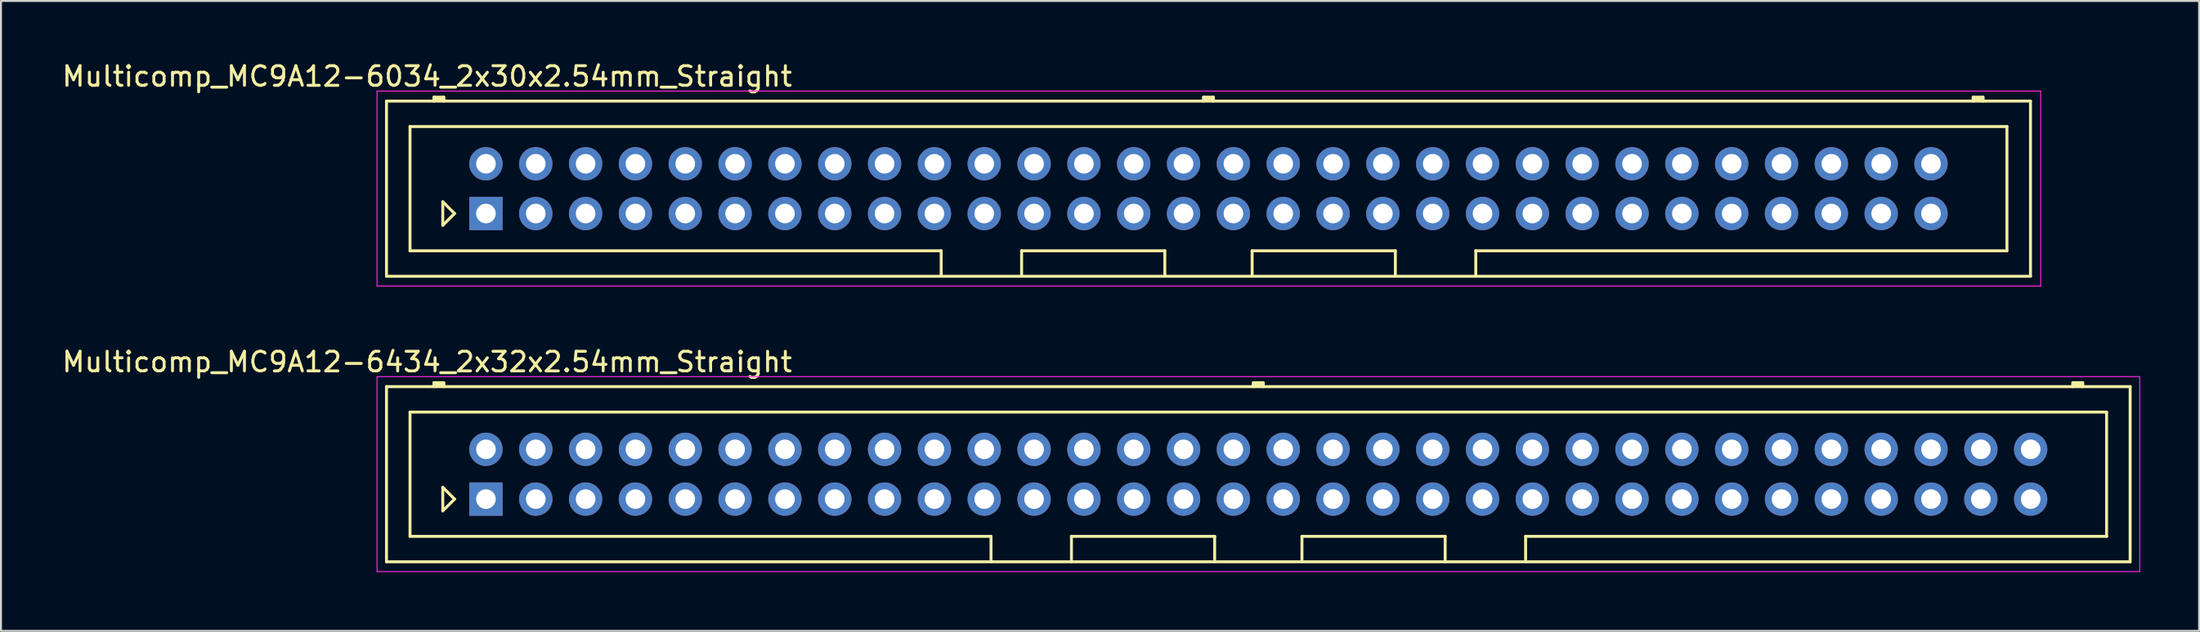
<source format=kicad_pcb>
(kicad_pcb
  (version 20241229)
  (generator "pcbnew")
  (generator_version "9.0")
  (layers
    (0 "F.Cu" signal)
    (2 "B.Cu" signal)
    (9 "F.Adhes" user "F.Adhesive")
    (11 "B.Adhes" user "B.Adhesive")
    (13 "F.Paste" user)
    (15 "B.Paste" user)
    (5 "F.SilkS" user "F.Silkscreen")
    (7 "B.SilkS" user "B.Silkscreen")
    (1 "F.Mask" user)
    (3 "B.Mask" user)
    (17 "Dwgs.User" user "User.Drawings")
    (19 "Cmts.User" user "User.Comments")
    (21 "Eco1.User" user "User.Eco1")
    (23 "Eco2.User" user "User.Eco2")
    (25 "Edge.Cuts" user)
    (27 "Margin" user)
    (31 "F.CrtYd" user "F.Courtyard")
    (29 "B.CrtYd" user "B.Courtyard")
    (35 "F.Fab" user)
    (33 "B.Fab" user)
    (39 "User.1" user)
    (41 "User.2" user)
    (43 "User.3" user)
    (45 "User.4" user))
  (footprint "Multicomp_MC9A12-6034_2x30x2.54mm_Straight"
    (layer "F.Cu")
    (at 21.72 7.848)
    (property "Reference" "Multicomp_MC9A12-6034_2x30x2.54mm_Straight" (at -3 -7 0) (layer "F.SilkS") (effects (font (size 1 1) (thickness 0.15))))
    (attr through_hole)
    (fp_line (start -5.07 -5.74) (end 78.73 -5.74) (stroke (width 0.15) (type solid)) (layer "F.SilkS"))
    (fp_line (start -5.07 3.2) (end -5.07 -5.74) (stroke (width 0.15) (type solid)) (layer "F.SilkS"))
    (fp_line (start -3.87 -4.44) (end 77.53 -4.44) (stroke (width 0.15) (type solid)) (layer "F.SilkS"))
    (fp_line (start -3.87 1.9) (end -3.87 -4.44) (stroke (width 0.15) (type solid)) (layer "F.SilkS"))
    (fp_line (start -2.65 -5.94) (end -2.15 -5.94) (stroke (width 0.15) (type solid)) (layer "F.SilkS"))
    (fp_line (start -2.65 -5.84) (end -2.15 -5.84) (stroke (width 0.15) (type solid)) (layer "F.SilkS"))
    (fp_line (start -2.65 -5.74) (end -2.65 -5.94) (stroke (width 0.15) (type solid)) (layer "F.SilkS"))
    (fp_line (start -2.2 -0.6) (end -1.6 0) (stroke (width 0.15) (type solid)) (layer "F.SilkS"))
    (fp_line (start -2.2 0.6) (end -2.2 -0.6) (stroke (width 0.15) (type solid)) (layer "F.SilkS"))
    (fp_line (start -2.15 -5.94) (end -2.15 -5.74) (stroke (width 0.15) (type solid)) (layer "F.SilkS"))
    (fp_line (start -1.6 0) (end -2.2 0.6) (stroke (width 0.15) (type solid)) (layer "F.SilkS"))
    (fp_line (start 23.205 1.9) (end -3.87 1.9) (stroke (width 0.15) (type solid)) (layer "F.SilkS"))
    (fp_line (start 23.205 3.2) (end 23.205 1.9) (stroke (width 0.15) (type solid)) (layer "F.SilkS"))
    (fp_line (start 27.305 1.9) (end 34.605 1.9) (stroke (width 0.15) (type solid)) (layer "F.SilkS"))
    (fp_line (start 27.305 3.2) (end 27.305 1.9) (stroke (width 0.15) (type solid)) (layer "F.SilkS"))
    (fp_line (start 34.605 1.9) (end 34.605 3.2) (stroke (width 0.15) (type solid)) (layer "F.SilkS"))
    (fp_line (start 36.58 -5.94) (end 37.08 -5.94) (stroke (width 0.15) (type solid)) (layer "F.SilkS"))
    (fp_line (start 36.58 -5.84) (end 37.08 -5.84) (stroke (width 0.15) (type solid)) (layer "F.SilkS"))
    (fp_line (start 36.58 -5.74) (end 36.58 -5.94) (stroke (width 0.15) (type solid)) (layer "F.SilkS"))
    (fp_line (start 37.08 -5.94) (end 37.08 -5.74) (stroke (width 0.15) (type solid)) (layer "F.SilkS"))
    (fp_line (start 39.055 1.9) (end 39.055 3.2) (stroke (width 0.15) (type solid)) (layer "F.SilkS"))
    (fp_line (start 46.355 1.9) (end 39.055 1.9) (stroke (width 0.15) (type solid)) (layer "F.SilkS"))
    (fp_line (start 46.355 3.2) (end 46.355 1.9) (stroke (width 0.15) (type solid)) (layer "F.SilkS"))
    (fp_line (start 50.455 1.9) (end 50.455 3.2) (stroke (width 0.15) (type solid)) (layer "F.SilkS"))
    (fp_line (start 75.81 -5.94) (end 76.31 -5.94) (stroke (width 0.15) (type solid)) (layer "F.SilkS"))
    (fp_line (start 75.81 -5.84) (end 76.31 -5.84) (stroke (width 0.15) (type solid)) (layer "F.SilkS"))
    (fp_line (start 75.81 -5.74) (end 75.81 -5.94) (stroke (width 0.15) (type solid)) (layer "F.SilkS"))
    (fp_line (start 76.31 -5.94) (end 76.31 -5.74) (stroke (width 0.15) (type solid)) (layer "F.SilkS"))
    (fp_line (start 77.53 -4.44) (end 77.53 1.9) (stroke (width 0.15) (type solid)) (layer "F.SilkS"))
    (fp_line (start 77.53 1.9) (end 50.455 1.9) (stroke (width 0.15) (type solid)) (layer "F.SilkS"))
    (fp_line (start 78.73 -5.74) (end 78.73 3.2) (stroke (width 0.15) (type solid)) (layer "F.SilkS"))
    (fp_line (start 78.73 3.2) (end -5.07 3.2) (stroke (width 0.15) (type solid)) (layer "F.SilkS"))
    (fp_line (start -5.55 -6.25) (end 79.25 -6.25) (stroke (width 0.05) (type solid)) (layer "F.CrtYd"))
    (fp_line (start -5.55 3.7) (end -5.55 -6.25) (stroke (width 0.05) (type solid)) (layer "F.CrtYd"))
    (fp_line (start 79.25 -6.25) (end 79.25 3.7) (stroke (width 0.05) (type solid)) (layer "F.CrtYd"))
    (fp_line (start 79.25 3.7) (end -5.55 3.7) (stroke (width 0.05) (type solid)) (layer "F.CrtYd"))
    (pad "1" thru_hole rect (at 0 0) (size 1.7 1.7) (drill 1) (layers "*.Cu" "*.Mask"))
    (pad "2" thru_hole circle (at 0 -2.54) (size 1.7 1.7) (drill 1) (layers "*.Cu" "*.Mask"))
    (pad "3" thru_hole circle (at 2.54 0) (size 1.7 1.7) (drill 1) (layers "*.Cu" "*.Mask"))
    (pad "4" thru_hole circle (at 2.54 -2.54) (size 1.7 1.7) (drill 1) (layers "*.Cu" "*.Mask"))
    (pad "5" thru_hole circle (at 5.08 0) (size 1.7 1.7) (drill 1) (layers "*.Cu" "*.Mask"))
    (pad "6" thru_hole circle (at 5.08 -2.54) (size 1.7 1.7) (drill 1) (layers "*.Cu" "*.Mask"))
    (pad "7" thru_hole circle (at 7.62 0) (size 1.7 1.7) (drill 1) (layers "*.Cu" "*.Mask"))
    (pad "8" thru_hole circle (at 7.62 -2.54) (size 1.7 1.7) (drill 1) (layers "*.Cu" "*.Mask"))
    (pad "9" thru_hole circle (at 10.16 0) (size 1.7 1.7) (drill 1) (layers "*.Cu" "*.Mask"))
    (pad "10" thru_hole circle (at 10.16 -2.54) (size 1.7 1.7) (drill 1) (layers "*.Cu" "*.Mask"))
    (pad "11" thru_hole circle (at 12.7 0) (size 1.7 1.7) (drill 1) (layers "*.Cu" "*.Mask"))
    (pad "12" thru_hole circle (at 12.7 -2.54) (size 1.7 1.7) (drill 1) (layers "*.Cu" "*.Mask"))
    (pad "13" thru_hole circle (at 15.24 0) (size 1.7 1.7) (drill 1) (layers "*.Cu" "*.Mask"))
    (pad "14" thru_hole circle (at 15.24 -2.54) (size 1.7 1.7) (drill 1) (layers "*.Cu" "*.Mask"))
    (pad "15" thru_hole circle (at 17.78 0) (size 1.7 1.7) (drill 1) (layers "*.Cu" "*.Mask"))
    (pad "16" thru_hole circle (at 17.78 -2.54) (size 1.7 1.7) (drill 1) (layers "*.Cu" "*.Mask"))
    (pad "17" thru_hole circle (at 20.32 0) (size 1.7 1.7) (drill 1) (layers "*.Cu" "*.Mask"))
    (pad "18" thru_hole circle (at 20.32 -2.54) (size 1.7 1.7) (drill 1) (layers "*.Cu" "*.Mask"))
    (pad "19" thru_hole circle (at 22.86 0) (size 1.7 1.7) (drill 1) (layers "*.Cu" "*.Mask"))
    (pad "20" thru_hole circle (at 22.86 -2.54) (size 1.7 1.7) (drill 1) (layers "*.Cu" "*.Mask"))
    (pad "21" thru_hole circle (at 25.4 0) (size 1.7 1.7) (drill 1) (layers "*.Cu" "*.Mask"))
    (pad "22" thru_hole circle (at 25.4 -2.54) (size 1.7 1.7) (drill 1) (layers "*.Cu" "*.Mask"))
    (pad "23" thru_hole circle (at 27.94 0) (size 1.7 1.7) (drill 1) (layers "*.Cu" "*.Mask"))
    (pad "24" thru_hole circle (at 27.94 -2.54) (size 1.7 1.7) (drill 1) (layers "*.Cu" "*.Mask"))
    (pad "25" thru_hole circle (at 30.48 0) (size 1.7 1.7) (drill 1) (layers "*.Cu" "*.Mask"))
    (pad "26" thru_hole circle (at 30.48 -2.54) (size 1.7 1.7) (drill 1) (layers "*.Cu" "*.Mask"))
    (pad "27" thru_hole circle (at 33.02 0) (size 1.7 1.7) (drill 1) (layers "*.Cu" "*.Mask"))
    (pad "28" thru_hole circle (at 33.02 -2.54) (size 1.7 1.7) (drill 1) (layers "*.Cu" "*.Mask"))
    (pad "29" thru_hole circle (at 35.56 0) (size 1.7 1.7) (drill 1) (layers "*.Cu" "*.Mask"))
    (pad "30" thru_hole circle (at 35.56 -2.54) (size 1.7 1.7) (drill 1) (layers "*.Cu" "*.Mask"))
    (pad "31" thru_hole circle (at 38.1 0) (size 1.7 1.7) (drill 1) (layers "*.Cu" "*.Mask"))
    (pad "32" thru_hole circle (at 38.1 -2.54) (size 1.7 1.7) (drill 1) (layers "*.Cu" "*.Mask"))
    (pad "33" thru_hole circle (at 40.64 0) (size 1.7 1.7) (drill 1) (layers "*.Cu" "*.Mask"))
    (pad "34" thru_hole circle (at 40.64 -2.54) (size 1.7 1.7) (drill 1) (layers "*.Cu" "*.Mask"))
    (pad "35" thru_hole circle (at 43.18 0) (size 1.7 1.7) (drill 1) (layers "*.Cu" "*.Mask"))
    (pad "36" thru_hole circle (at 43.18 -2.54) (size 1.7 1.7) (drill 1) (layers "*.Cu" "*.Mask"))
    (pad "37" thru_hole circle (at 45.72 0) (size 1.7 1.7) (drill 1) (layers "*.Cu" "*.Mask"))
    (pad "38" thru_hole circle (at 45.72 -2.54) (size 1.7 1.7) (drill 1) (layers "*.Cu" "*.Mask"))
    (pad "39" thru_hole circle (at 48.26 0) (size 1.7 1.7) (drill 1) (layers "*.Cu" "*.Mask"))
    (pad "40" thru_hole circle (at 48.26 -2.54) (size 1.7 1.7) (drill 1) (layers "*.Cu" "*.Mask"))
    (pad "41" thru_hole circle (at 50.8 0) (size 1.7 1.7) (drill 1) (layers "*.Cu" "*.Mask"))
    (pad "42" thru_hole circle (at 50.8 -2.54) (size 1.7 1.7) (drill 1) (layers "*.Cu" "*.Mask"))
    (pad "43" thru_hole circle (at 53.34 0) (size 1.7 1.7) (drill 1) (layers "*.Cu" "*.Mask"))
    (pad "44" thru_hole circle (at 53.34 -2.54) (size 1.7 1.7) (drill 1) (layers "*.Cu" "*.Mask"))
    (pad "45" thru_hole circle (at 55.88 0) (size 1.7 1.7) (drill 1) (layers "*.Cu" "*.Mask"))
    (pad "46" thru_hole circle (at 55.88 -2.54) (size 1.7 1.7) (drill 1) (layers "*.Cu" "*.Mask"))
    (pad "47" thru_hole circle (at 58.42 0) (size 1.7 1.7) (drill 1) (layers "*.Cu" "*.Mask"))
    (pad "48" thru_hole circle (at 58.42 -2.54) (size 1.7 1.7) (drill 1) (layers "*.Cu" "*.Mask"))
    (pad "49" thru_hole circle (at 60.96 0) (size 1.7 1.7) (drill 1) (layers "*.Cu" "*.Mask"))
    (pad "50" thru_hole circle (at 60.96 -2.54) (size 1.7 1.7) (drill 1) (layers "*.Cu" "*.Mask"))
    (pad "51" thru_hole circle (at 63.5 0) (size 1.7 1.7) (drill 1) (layers "*.Cu" "*.Mask"))
    (pad "52" thru_hole circle (at 63.5 -2.54) (size 1.7 1.7) (drill 1) (layers "*.Cu" "*.Mask"))
    (pad "53" thru_hole circle (at 66.04 0) (size 1.7 1.7) (drill 1) (layers "*.Cu" "*.Mask"))
    (pad "54" thru_hole circle (at 66.04 -2.54) (size 1.7 1.7) (drill 1) (layers "*.Cu" "*.Mask"))
    (pad "55" thru_hole circle (at 68.58 0) (size 1.7 1.7) (drill 1) (layers "*.Cu" "*.Mask"))
    (pad "56" thru_hole circle (at 68.58 -2.54) (size 1.7 1.7) (drill 1) (layers "*.Cu" "*.Mask"))
    (pad "57" thru_hole circle (at 71.12 0) (size 1.7 1.7) (drill 1) (layers "*.Cu" "*.Mask"))
    (pad "58" thru_hole circle (at 71.12 -2.54) (size 1.7 1.7) (drill 1) (layers "*.Cu" "*.Mask"))
    (pad "59" thru_hole circle (at 73.66 0) (size 1.7 1.7) (drill 1) (layers "*.Cu" "*.Mask"))
    (pad "60" thru_hole circle (at 73.66 -2.54) (size 1.7 1.7) (drill 1) (layers "*.Cu" "*.Mask")))
  (footprint "Multicomp_MC9A12-6434_2x32x2.54mm_Straight"
    (layer "F.Cu")
    (at 21.72 22.422)
    (property "Reference" "Multicomp_MC9A12-6434_2x32x2.54mm_Straight" (at -3 -7 0) (layer "F.SilkS") (effects (font (size 1 1) (thickness 0.15))))
    (attr through_hole)
    (fp_line (start -5.07 -5.74) (end 83.81 -5.74) (stroke (width 0.15) (type solid)) (layer "F.SilkS"))
    (fp_line (start -5.07 3.2) (end -5.07 -5.74) (stroke (width 0.15) (type solid)) (layer "F.SilkS"))
    (fp_line (start -3.87 -4.44) (end 82.61 -4.44) (stroke (width 0.15) (type solid)) (layer "F.SilkS"))
    (fp_line (start -3.87 1.9) (end -3.87 -4.44) (stroke (width 0.15) (type solid)) (layer "F.SilkS"))
    (fp_line (start -2.65 -5.94) (end -2.15 -5.94) (stroke (width 0.15) (type solid)) (layer "F.SilkS"))
    (fp_line (start -2.65 -5.84) (end -2.15 -5.84) (stroke (width 0.15) (type solid)) (layer "F.SilkS"))
    (fp_line (start -2.65 -5.74) (end -2.65 -5.94) (stroke (width 0.15) (type solid)) (layer "F.SilkS"))
    (fp_line (start -2.2 -0.6) (end -1.6 0) (stroke (width 0.15) (type solid)) (layer "F.SilkS"))
    (fp_line (start -2.2 0.6) (end -2.2 -0.6) (stroke (width 0.15) (type solid)) (layer "F.SilkS"))
    (fp_line (start -2.15 -5.94) (end -2.15 -5.74) (stroke (width 0.15) (type solid)) (layer "F.SilkS"))
    (fp_line (start -1.6 0) (end -2.2 0.6) (stroke (width 0.15) (type solid)) (layer "F.SilkS"))
    (fp_line (start 25.745 1.9) (end -3.87 1.9) (stroke (width 0.15) (type solid)) (layer "F.SilkS"))
    (fp_line (start 25.745 3.2) (end 25.745 1.9) (stroke (width 0.15) (type solid)) (layer "F.SilkS"))
    (fp_line (start 29.845 1.9) (end 37.145 1.9) (stroke (width 0.15) (type solid)) (layer "F.SilkS"))
    (fp_line (start 29.845 3.2) (end 29.845 1.9) (stroke (width 0.15) (type solid)) (layer "F.SilkS"))
    (fp_line (start 37.145 1.9) (end 37.145 3.2) (stroke (width 0.15) (type solid)) (layer "F.SilkS"))
    (fp_line (start 39.12 -5.94) (end 39.62 -5.94) (stroke (width 0.15) (type solid)) (layer "F.SilkS"))
    (fp_line (start 39.12 -5.84) (end 39.62 -5.84) (stroke (width 0.15) (type solid)) (layer "F.SilkS"))
    (fp_line (start 39.12 -5.74) (end 39.12 -5.94) (stroke (width 0.15) (type solid)) (layer "F.SilkS"))
    (fp_line (start 39.62 -5.94) (end 39.62 -5.74) (stroke (width 0.15) (type solid)) (layer "F.SilkS"))
    (fp_line (start 41.595 1.9) (end 41.595 3.2) (stroke (width 0.15) (type solid)) (layer "F.SilkS"))
    (fp_line (start 48.895 1.9) (end 41.595 1.9) (stroke (width 0.15) (type solid)) (layer "F.SilkS"))
    (fp_line (start 48.895 3.2) (end 48.895 1.9) (stroke (width 0.15) (type solid)) (layer "F.SilkS"))
    (fp_line (start 52.995 1.9) (end 52.995 3.2) (stroke (width 0.15) (type solid)) (layer "F.SilkS"))
    (fp_line (start 80.89 -5.94) (end 81.39 -5.94) (stroke (width 0.15) (type solid)) (layer "F.SilkS"))
    (fp_line (start 80.89 -5.84) (end 81.39 -5.84) (stroke (width 0.15) (type solid)) (layer "F.SilkS"))
    (fp_line (start 80.89 -5.74) (end 80.89 -5.94) (stroke (width 0.15) (type solid)) (layer "F.SilkS"))
    (fp_line (start 81.39 -5.94) (end 81.39 -5.74) (stroke (width 0.15) (type solid)) (layer "F.SilkS"))
    (fp_line (start 82.61 -4.44) (end 82.61 1.9) (stroke (width 0.15) (type solid)) (layer "F.SilkS"))
    (fp_line (start 82.61 1.9) (end 52.995 1.9) (stroke (width 0.15) (type solid)) (layer "F.SilkS"))
    (fp_line (start 83.81 -5.74) (end 83.81 3.2) (stroke (width 0.15) (type solid)) (layer "F.SilkS"))
    (fp_line (start 83.81 3.2) (end -5.07 3.2) (stroke (width 0.15) (type solid)) (layer "F.SilkS"))
    (fp_line (start -5.55 -6.25) (end 84.3 -6.25) (stroke (width 0.05) (type solid)) (layer "F.CrtYd"))
    (fp_line (start -5.55 3.7) (end -5.55 -6.25) (stroke (width 0.05) (type solid)) (layer "F.CrtYd"))
    (fp_line (start 84.3 -6.25) (end 84.3 3.7) (stroke (width 0.05) (type solid)) (layer "F.CrtYd"))
    (fp_line (start 84.3 3.7) (end -5.55 3.7) (stroke (width 0.05) (type solid)) (layer "F.CrtYd"))
    (pad "1" thru_hole rect (at 0 0) (size 1.7 1.7) (drill 1) (layers "*.Cu" "*.Mask"))
    (pad "2" thru_hole circle (at 0 -2.54) (size 1.7 1.7) (drill 1) (layers "*.Cu" "*.Mask"))
    (pad "3" thru_hole circle (at 2.54 0) (size 1.7 1.7) (drill 1) (layers "*.Cu" "*.Mask"))
    (pad "4" thru_hole circle (at 2.54 -2.54) (size 1.7 1.7) (drill 1) (layers "*.Cu" "*.Mask"))
    (pad "5" thru_hole circle (at 5.08 0) (size 1.7 1.7) (drill 1) (layers "*.Cu" "*.Mask"))
    (pad "6" thru_hole circle (at 5.08 -2.54) (size 1.7 1.7) (drill 1) (layers "*.Cu" "*.Mask"))
    (pad "7" thru_hole circle (at 7.62 0) (size 1.7 1.7) (drill 1) (layers "*.Cu" "*.Mask"))
    (pad "8" thru_hole circle (at 7.62 -2.54) (size 1.7 1.7) (drill 1) (layers "*.Cu" "*.Mask"))
    (pad "9" thru_hole circle (at 10.16 0) (size 1.7 1.7) (drill 1) (layers "*.Cu" "*.Mask"))
    (pad "10" thru_hole circle (at 10.16 -2.54) (size 1.7 1.7) (drill 1) (layers "*.Cu" "*.Mask"))
    (pad "11" thru_hole circle (at 12.7 0) (size 1.7 1.7) (drill 1) (layers "*.Cu" "*.Mask"))
    (pad "12" thru_hole circle (at 12.7 -2.54) (size 1.7 1.7) (drill 1) (layers "*.Cu" "*.Mask"))
    (pad "13" thru_hole circle (at 15.24 0) (size 1.7 1.7) (drill 1) (layers "*.Cu" "*.Mask"))
    (pad "14" thru_hole circle (at 15.24 -2.54) (size 1.7 1.7) (drill 1) (layers "*.Cu" "*.Mask"))
    (pad "15" thru_hole circle (at 17.78 0) (size 1.7 1.7) (drill 1) (layers "*.Cu" "*.Mask"))
    (pad "16" thru_hole circle (at 17.78 -2.54) (size 1.7 1.7) (drill 1) (layers "*.Cu" "*.Mask"))
    (pad "17" thru_hole circle (at 20.32 0) (size 1.7 1.7) (drill 1) (layers "*.Cu" "*.Mask"))
    (pad "18" thru_hole circle (at 20.32 -2.54) (size 1.7 1.7) (drill 1) (layers "*.Cu" "*.Mask"))
    (pad "19" thru_hole circle (at 22.86 0) (size 1.7 1.7) (drill 1) (layers "*.Cu" "*.Mask"))
    (pad "20" thru_hole circle (at 22.86 -2.54) (size 1.7 1.7) (drill 1) (layers "*.Cu" "*.Mask"))
    (pad "21" thru_hole circle (at 25.4 0) (size 1.7 1.7) (drill 1) (layers "*.Cu" "*.Mask"))
    (pad "22" thru_hole circle (at 25.4 -2.54) (size 1.7 1.7) (drill 1) (layers "*.Cu" "*.Mask"))
    (pad "23" thru_hole circle (at 27.94 0) (size 1.7 1.7) (drill 1) (layers "*.Cu" "*.Mask"))
    (pad "24" thru_hole circle (at 27.94 -2.54) (size 1.7 1.7) (drill 1) (layers "*.Cu" "*.Mask"))
    (pad "25" thru_hole circle (at 30.48 0) (size 1.7 1.7) (drill 1) (layers "*.Cu" "*.Mask"))
    (pad "26" thru_hole circle (at 30.48 -2.54) (size 1.7 1.7) (drill 1) (layers "*.Cu" "*.Mask"))
    (pad "27" thru_hole circle (at 33.02 0) (size 1.7 1.7) (drill 1) (layers "*.Cu" "*.Mask"))
    (pad "28" thru_hole circle (at 33.02 -2.54) (size 1.7 1.7) (drill 1) (layers "*.Cu" "*.Mask"))
    (pad "29" thru_hole circle (at 35.56 0) (size 1.7 1.7) (drill 1) (layers "*.Cu" "*.Mask"))
    (pad "30" thru_hole circle (at 35.56 -2.54) (size 1.7 1.7) (drill 1) (layers "*.Cu" "*.Mask"))
    (pad "31" thru_hole circle (at 38.1 0) (size 1.7 1.7) (drill 1) (layers "*.Cu" "*.Mask"))
    (pad "32" thru_hole circle (at 38.1 -2.54) (size 1.7 1.7) (drill 1) (layers "*.Cu" "*.Mask"))
    (pad "33" thru_hole circle (at 40.64 0) (size 1.7 1.7) (drill 1) (layers "*.Cu" "*.Mask"))
    (pad "34" thru_hole circle (at 40.64 -2.54) (size 1.7 1.7) (drill 1) (layers "*.Cu" "*.Mask"))
    (pad "35" thru_hole circle (at 43.18 0) (size 1.7 1.7) (drill 1) (layers "*.Cu" "*.Mask"))
    (pad "36" thru_hole circle (at 43.18 -2.54) (size 1.7 1.7) (drill 1) (layers "*.Cu" "*.Mask"))
    (pad "37" thru_hole circle (at 45.72 0) (size 1.7 1.7) (drill 1) (layers "*.Cu" "*.Mask"))
    (pad "38" thru_hole circle (at 45.72 -2.54) (size 1.7 1.7) (drill 1) (layers "*.Cu" "*.Mask"))
    (pad "39" thru_hole circle (at 48.26 0) (size 1.7 1.7) (drill 1) (layers "*.Cu" "*.Mask"))
    (pad "40" thru_hole circle (at 48.26 -2.54) (size 1.7 1.7) (drill 1) (layers "*.Cu" "*.Mask"))
    (pad "41" thru_hole circle (at 50.8 0) (size 1.7 1.7) (drill 1) (layers "*.Cu" "*.Mask"))
    (pad "42" thru_hole circle (at 50.8 -2.54) (size 1.7 1.7) (drill 1) (layers "*.Cu" "*.Mask"))
    (pad "43" thru_hole circle (at 53.34 0) (size 1.7 1.7) (drill 1) (layers "*.Cu" "*.Mask"))
    (pad "44" thru_hole circle (at 53.34 -2.54) (size 1.7 1.7) (drill 1) (layers "*.Cu" "*.Mask"))
    (pad "45" thru_hole circle (at 55.88 0) (size 1.7 1.7) (drill 1) (layers "*.Cu" "*.Mask"))
    (pad "46" thru_hole circle (at 55.88 -2.54) (size 1.7 1.7) (drill 1) (layers "*.Cu" "*.Mask"))
    (pad "47" thru_hole circle (at 58.42 0) (size 1.7 1.7) (drill 1) (layers "*.Cu" "*.Mask"))
    (pad "48" thru_hole circle (at 58.42 -2.54) (size 1.7 1.7) (drill 1) (layers "*.Cu" "*.Mask"))
    (pad "49" thru_hole circle (at 60.96 0) (size 1.7 1.7) (drill 1) (layers "*.Cu" "*.Mask"))
    (pad "50" thru_hole circle (at 60.96 -2.54) (size 1.7 1.7) (drill 1) (layers "*.Cu" "*.Mask"))
    (pad "51" thru_hole circle (at 63.5 0) (size 1.7 1.7) (drill 1) (layers "*.Cu" "*.Mask"))
    (pad "52" thru_hole circle (at 63.5 -2.54) (size 1.7 1.7) (drill 1) (layers "*.Cu" "*.Mask"))
    (pad "53" thru_hole circle (at 66.04 0) (size 1.7 1.7) (drill 1) (layers "*.Cu" "*.Mask"))
    (pad "54" thru_hole circle (at 66.04 -2.54) (size 1.7 1.7) (drill 1) (layers "*.Cu" "*.Mask"))
    (pad "55" thru_hole circle (at 68.58 0) (size 1.7 1.7) (drill 1) (layers "*.Cu" "*.Mask"))
    (pad "56" thru_hole circle (at 68.58 -2.54) (size 1.7 1.7) (drill 1) (layers "*.Cu" "*.Mask"))
    (pad "57" thru_hole circle (at 71.12 0) (size 1.7 1.7) (drill 1) (layers "*.Cu" "*.Mask"))
    (pad "58" thru_hole circle (at 71.12 -2.54) (size 1.7 1.7) (drill 1) (layers "*.Cu" "*.Mask"))
    (pad "59" thru_hole circle (at 73.66 0) (size 1.7 1.7) (drill 1) (layers "*.Cu" "*.Mask"))
    (pad "60" thru_hole circle (at 73.66 -2.54) (size 1.7 1.7) (drill 1) (layers "*.Cu" "*.Mask"))
    (pad "61" thru_hole circle (at 76.2 0) (size 1.7 1.7) (drill 1) (layers "*.Cu" "*.Mask"))
    (pad "62" thru_hole circle (at 76.2 -2.54) (size 1.7 1.7) (drill 1) (layers "*.Cu" "*.Mask"))
    (pad "63" thru_hole circle (at 78.74 0) (size 1.7 1.7) (drill 1) (layers "*.Cu" "*.Mask"))
    (pad "64" thru_hole circle (at 78.74 -2.54) (size 1.7 1.7) (drill 1) (layers "*.Cu" "*.Mask")))
  (gr_rect
    (start -3 -3)
    (end 109.045 29.146)
    (stroke (width 0.1) (type default))
    (fill no)
    (layer "Edge.Cuts")))
</source>
